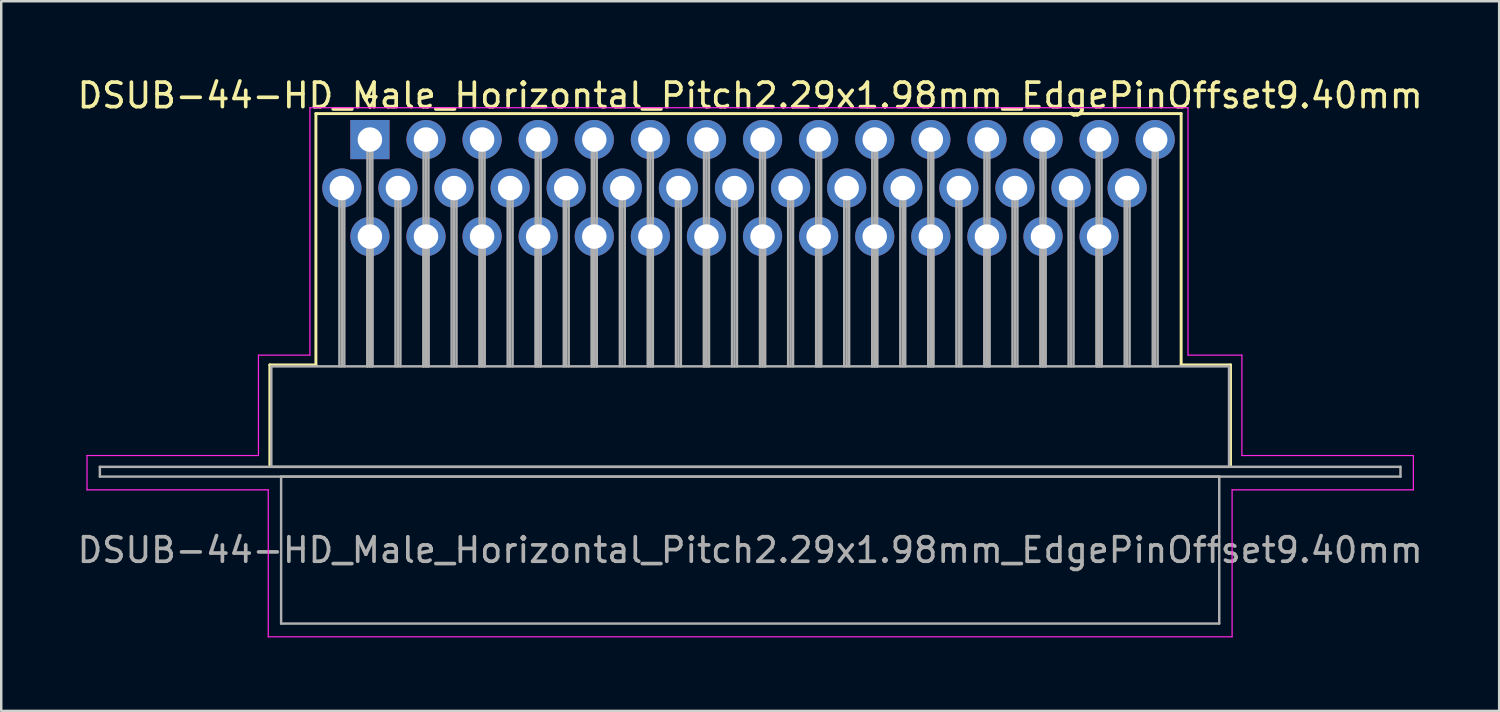
<source format=kicad_pcb>
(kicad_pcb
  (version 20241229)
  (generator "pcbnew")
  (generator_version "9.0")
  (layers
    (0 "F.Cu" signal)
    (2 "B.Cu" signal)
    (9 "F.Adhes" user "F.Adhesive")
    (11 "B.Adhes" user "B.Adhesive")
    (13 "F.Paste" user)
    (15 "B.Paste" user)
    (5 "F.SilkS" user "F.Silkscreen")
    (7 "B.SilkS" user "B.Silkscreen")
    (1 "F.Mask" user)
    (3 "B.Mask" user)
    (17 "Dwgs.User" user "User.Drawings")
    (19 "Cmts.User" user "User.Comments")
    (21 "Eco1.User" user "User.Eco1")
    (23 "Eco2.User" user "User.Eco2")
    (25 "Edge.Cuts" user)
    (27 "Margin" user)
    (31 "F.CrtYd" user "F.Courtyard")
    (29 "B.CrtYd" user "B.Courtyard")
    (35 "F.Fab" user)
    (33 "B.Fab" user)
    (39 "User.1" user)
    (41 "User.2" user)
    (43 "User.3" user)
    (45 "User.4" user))
  (footprint "DSUB-44-HD_Male_Horizontal_Pitch2.29x1.98mm_EdgePinOffset9.40mm"
    (layer "F.Cu")
    (at 12.052 2.648)
    (property "Reference" "DSUB-44-HD_Male_Horizontal_Pitch2.29x1.98mm_EdgePinOffset9.40mm" (at 15.525 -1.8 0) (layer "F.SilkS") (effects (font (size 1 1) (thickness 0.15))))
    (attr through_hole)
    (fp_line (start -4.085 9.2) (end -2.205 9.2) (stroke (width 0.12) (type solid)) (layer "F.SilkS"))
    (fp_line (start -4.085 13.3) (end -4.085 9.2) (stroke (width 0.12) (type solid)) (layer "F.SilkS"))
    (fp_line (start -2.205 -1.06) (end 33.12 -1.06) (stroke (width 0.12) (type solid)) (layer "F.SilkS"))
    (fp_line (start -2.205 9.2) (end -2.205 -1.06) (stroke (width 0.12) (type solid)) (layer "F.SilkS"))
    (fp_line (start -0.25 -1.754) (end 0.25 -1.754) (stroke (width 0.12) (type solid)) (layer "F.SilkS"))
    (fp_line (start 0 -1.321) (end -0.25 -1.754) (stroke (width 0.12) (type solid)) (layer "F.SilkS"))
    (fp_line (start 0.25 -1.754) (end 0 -1.321) (stroke (width 0.12) (type solid)) (layer "F.SilkS"))
    (fp_line (start 33.12 -1.06) (end 33.12 9.2) (stroke (width 0.12) (type solid)) (layer "F.SilkS"))
    (fp_line (start 33.12 9.2) (end 35.135 9.2) (stroke (width 0.12) (type solid)) (layer "F.SilkS"))
    (fp_line (start 35.135 9.2) (end 35.135 13.3) (stroke (width 0.12) (type solid)) (layer "F.SilkS"))
    (fp_line (start -11.55 12.9) (end -4.55 12.9) (stroke (width 0.05) (type solid)) (layer "F.CrtYd"))
    (fp_line (start -11.55 14.3) (end -11.55 12.9) (stroke (width 0.05) (type solid)) (layer "F.CrtYd"))
    (fp_line (start -4.55 8.8) (end -2.45 8.8) (stroke (width 0.05) (type solid)) (layer "F.CrtYd"))
    (fp_line (start -4.55 12.9) (end -4.55 8.8) (stroke (width 0.05) (type solid)) (layer "F.CrtYd"))
    (fp_line (start -4.15 14.3) (end -11.55 14.3) (stroke (width 0.05) (type solid)) (layer "F.CrtYd"))
    (fp_line (start -4.15 20.3) (end -4.15 14.3) (stroke (width 0.05) (type solid)) (layer "F.CrtYd"))
    (fp_line (start -2.45 -1.3) (end 33.4 -1.3) (stroke (width 0.05) (type solid)) (layer "F.CrtYd"))
    (fp_line (start -2.45 8.8) (end -2.45 -1.3) (stroke (width 0.05) (type solid)) (layer "F.CrtYd"))
    (fp_line (start 33.4 -1.3) (end 33.4 8.8) (stroke (width 0.05) (type solid)) (layer "F.CrtYd"))
    (fp_line (start 33.4 8.8) (end 35.6 8.8) (stroke (width 0.05) (type solid)) (layer "F.CrtYd"))
    (fp_line (start 35.2 14.3) (end 35.2 20.3) (stroke (width 0.05) (type solid)) (layer "F.CrtYd"))
    (fp_line (start 35.2 20.3) (end -4.15 20.3) (stroke (width 0.05) (type solid)) (layer "F.CrtYd"))
    (fp_line (start 35.6 8.8) (end 35.6 12.9) (stroke (width 0.05) (type solid)) (layer "F.CrtYd"))
    (fp_line (start 35.6 12.9) (end 42.6 12.9) (stroke (width 0.05) (type solid)) (layer "F.CrtYd"))
    (fp_line (start 42.6 12.9) (end 42.6 14.3) (stroke (width 0.05) (type solid)) (layer "F.CrtYd"))
    (fp_line (start 42.6 14.3) (end 35.2 14.3) (stroke (width 0.05) (type solid)) (layer "F.CrtYd"))
    (fp_line (start -11.025 13.36) (end -11.025 13.76) (stroke (width 0.1) (type solid)) (layer "F.Fab"))
    (fp_line (start -11.025 13.76) (end 42.075 13.76) (stroke (width 0.1) (type solid)) (layer "F.Fab"))
    (fp_line (start -4.025 9.26) (end -4.025 13.36) (stroke (width 0.1) (type solid)) (layer "F.Fab"))
    (fp_line (start -4.025 13.36) (end 35.075 13.36) (stroke (width 0.1) (type solid)) (layer "F.Fab"))
    (fp_line (start -3.625 13.76) (end -3.625 19.76) (stroke (width 0.1) (type solid)) (layer "F.Fab"))
    (fp_line (start -3.625 19.76) (end 34.675 19.76) (stroke (width 0.1) (type solid)) (layer "F.Fab"))
    (fp_line (start -1.245 1.98) (end -1.245 9.26) (stroke (width 0.1) (type solid)) (layer "F.Fab"))
    (fp_line (start -1.145 1.98) (end -1.145 9.26) (stroke (width 0.1) (type solid)) (layer "F.Fab"))
    (fp_line (start -1.045 1.98) (end -1.045 9.26) (stroke (width 0.1) (type solid)) (layer "F.Fab"))
    (fp_line (start -0.1 0) (end -0.1 9.26) (stroke (width 0.1) (type solid)) (layer "F.Fab"))
    (fp_line (start -0.1 3.96) (end -0.1 9.26) (stroke (width 0.1) (type solid)) (layer "F.Fab"))
    (fp_line (start 0 0) (end 0 9.26) (stroke (width 0.1) (type solid)) (layer "F.Fab"))
    (fp_line (start 0 3.96) (end 0 9.26) (stroke (width 0.1) (type solid)) (layer "F.Fab"))
    (fp_line (start 0.1 0) (end 0.1 9.26) (stroke (width 0.1) (type solid)) (layer "F.Fab"))
    (fp_line (start 0.1 3.96) (end 0.1 9.26) (stroke (width 0.1) (type solid)) (layer "F.Fab"))
    (fp_line (start 1.045 1.98) (end 1.045 9.26) (stroke (width 0.1) (type solid)) (layer "F.Fab"))
    (fp_line (start 1.145 1.98) (end 1.145 9.26) (stroke (width 0.1) (type solid)) (layer "F.Fab"))
    (fp_line (start 1.245 1.98) (end 1.245 9.26) (stroke (width 0.1) (type solid)) (layer "F.Fab"))
    (fp_line (start 2.19 0) (end 2.19 9.26) (stroke (width 0.1) (type solid)) (layer "F.Fab"))
    (fp_line (start 2.19 3.96) (end 2.19 9.26) (stroke (width 0.1) (type solid)) (layer "F.Fab"))
    (fp_line (start 2.29 0) (end 2.29 9.26) (stroke (width 0.1) (type solid)) (layer "F.Fab"))
    (fp_line (start 2.29 3.96) (end 2.29 9.26) (stroke (width 0.1) (type solid)) (layer "F.Fab"))
    (fp_line (start 2.39 0) (end 2.39 9.26) (stroke (width 0.1) (type solid)) (layer "F.Fab"))
    (fp_line (start 2.39 3.96) (end 2.39 9.26) (stroke (width 0.1) (type solid)) (layer "F.Fab"))
    (fp_line (start 3.335 1.98) (end 3.335 9.26) (stroke (width 0.1) (type solid)) (layer "F.Fab"))
    (fp_line (start 3.435 1.98) (end 3.435 9.26) (stroke (width 0.1) (type solid)) (layer "F.Fab"))
    (fp_line (start 3.535 1.98) (end 3.535 9.26) (stroke (width 0.1) (type solid)) (layer "F.Fab"))
    (fp_line (start 4.48 0) (end 4.48 9.26) (stroke (width 0.1) (type solid)) (layer "F.Fab"))
    (fp_line (start 4.48 3.96) (end 4.48 9.26) (stroke (width 0.1) (type solid)) (layer "F.Fab"))
    (fp_line (start 4.58 0) (end 4.58 9.26) (stroke (width 0.1) (type solid)) (layer "F.Fab"))
    (fp_line (start 4.58 3.96) (end 4.58 9.26) (stroke (width 0.1) (type solid)) (layer "F.Fab"))
    (fp_line (start 4.68 0) (end 4.68 9.26) (stroke (width 0.1) (type solid)) (layer "F.Fab"))
    (fp_line (start 4.68 3.96) (end 4.68 9.26) (stroke (width 0.1) (type solid)) (layer "F.Fab"))
    (fp_line (start 5.625 1.98) (end 5.625 9.26) (stroke (width 0.1) (type solid)) (layer "F.Fab"))
    (fp_line (start 5.725 1.98) (end 5.725 9.26) (stroke (width 0.1) (type solid)) (layer "F.Fab"))
    (fp_line (start 5.825 1.98) (end 5.825 9.26) (stroke (width 0.1) (type solid)) (layer "F.Fab"))
    (fp_line (start 6.77 0) (end 6.77 9.26) (stroke (width 0.1) (type solid)) (layer "F.Fab"))
    (fp_line (start 6.77 3.96) (end 6.77 9.26) (stroke (width 0.1) (type solid)) (layer "F.Fab"))
    (fp_line (start 6.87 0) (end 6.87 9.26) (stroke (width 0.1) (type solid)) (layer "F.Fab"))
    (fp_line (start 6.87 3.96) (end 6.87 9.26) (stroke (width 0.1) (type solid)) (layer "F.Fab"))
    (fp_line (start 6.97 0) (end 6.97 9.26) (stroke (width 0.1) (type solid)) (layer "F.Fab"))
    (fp_line (start 6.97 3.96) (end 6.97 9.26) (stroke (width 0.1) (type solid)) (layer "F.Fab"))
    (fp_line (start 7.915 1.98) (end 7.915 9.26) (stroke (width 0.1) (type solid)) (layer "F.Fab"))
    (fp_line (start 8.015 1.98) (end 8.015 9.26) (stroke (width 0.1) (type solid)) (layer "F.Fab"))
    (fp_line (start 8.115 1.98) (end 8.115 9.26) (stroke (width 0.1) (type solid)) (layer "F.Fab"))
    (fp_line (start 9.06 0) (end 9.06 9.26) (stroke (width 0.1) (type solid)) (layer "F.Fab"))
    (fp_line (start 9.06 3.96) (end 9.06 9.26) (stroke (width 0.1) (type solid)) (layer "F.Fab"))
    (fp_line (start 9.16 0) (end 9.16 9.26) (stroke (width 0.1) (type solid)) (layer "F.Fab"))
    (fp_line (start 9.16 3.96) (end 9.16 9.26) (stroke (width 0.1) (type solid)) (layer "F.Fab"))
    (fp_line (start 9.26 0) (end 9.26 9.26) (stroke (width 0.1) (type solid)) (layer "F.Fab"))
    (fp_line (start 9.26 3.96) (end 9.26 9.26) (stroke (width 0.1) (type solid)) (layer "F.Fab"))
    (fp_line (start 10.205 1.98) (end 10.205 9.26) (stroke (width 0.1) (type solid)) (layer "F.Fab"))
    (fp_line (start 10.305 1.98) (end 10.305 9.26) (stroke (width 0.1) (type solid)) (layer "F.Fab"))
    (fp_line (start 10.405 1.98) (end 10.405 9.26) (stroke (width 0.1) (type solid)) (layer "F.Fab"))
    (fp_line (start 11.35 0) (end 11.35 9.26) (stroke (width 0.1) (type solid)) (layer "F.Fab"))
    (fp_line (start 11.35 3.96) (end 11.35 9.26) (stroke (width 0.1) (type solid)) (layer "F.Fab"))
    (fp_line (start 11.45 0) (end 11.45 9.26) (stroke (width 0.1) (type solid)) (layer "F.Fab"))
    (fp_line (start 11.45 3.96) (end 11.45 9.26) (stroke (width 0.1) (type solid)) (layer "F.Fab"))
    (fp_line (start 11.55 0) (end 11.55 9.26) (stroke (width 0.1) (type solid)) (layer "F.Fab"))
    (fp_line (start 11.55 3.96) (end 11.55 9.26) (stroke (width 0.1) (type solid)) (layer "F.Fab"))
    (fp_line (start 12.495 1.98) (end 12.495 9.26) (stroke (width 0.1) (type solid)) (layer "F.Fab"))
    (fp_line (start 12.595 1.98) (end 12.595 9.26) (stroke (width 0.1) (type solid)) (layer "F.Fab"))
    (fp_line (start 12.695 1.98) (end 12.695 9.26) (stroke (width 0.1) (type solid)) (layer "F.Fab"))
    (fp_line (start 13.64 0) (end 13.64 9.26) (stroke (width 0.1) (type solid)) (layer "F.Fab"))
    (fp_line (start 13.64 3.96) (end 13.64 9.26) (stroke (width 0.1) (type solid)) (layer "F.Fab"))
    (fp_line (start 13.74 0) (end 13.74 9.26) (stroke (width 0.1) (type solid)) (layer "F.Fab"))
    (fp_line (start 13.74 3.96) (end 13.74 9.26) (stroke (width 0.1) (type solid)) (layer "F.Fab"))
    (fp_line (start 13.84 0) (end 13.84 9.26) (stroke (width 0.1) (type solid)) (layer "F.Fab"))
    (fp_line (start 13.84 3.96) (end 13.84 9.26) (stroke (width 0.1) (type solid)) (layer "F.Fab"))
    (fp_line (start 14.785 1.98) (end 14.785 9.26) (stroke (width 0.1) (type solid)) (layer "F.Fab"))
    (fp_line (start 14.885 1.98) (end 14.885 9.26) (stroke (width 0.1) (type solid)) (layer "F.Fab"))
    (fp_line (start 14.985 1.98) (end 14.985 9.26) (stroke (width 0.1) (type solid)) (layer "F.Fab"))
    (fp_line (start 15.93 0) (end 15.93 9.26) (stroke (width 0.1) (type solid)) (layer "F.Fab"))
    (fp_line (start 15.93 3.96) (end 15.93 9.26) (stroke (width 0.1) (type solid)) (layer "F.Fab"))
    (fp_line (start 16.03 0) (end 16.03 9.26) (stroke (width 0.1) (type solid)) (layer "F.Fab"))
    (fp_line (start 16.03 3.96) (end 16.03 9.26) (stroke (width 0.1) (type solid)) (layer "F.Fab"))
    (fp_line (start 16.13 0) (end 16.13 9.26) (stroke (width 0.1) (type solid)) (layer "F.Fab"))
    (fp_line (start 16.13 3.96) (end 16.13 9.26) (stroke (width 0.1) (type solid)) (layer "F.Fab"))
    (fp_line (start 17.075 1.98) (end 17.075 9.26) (stroke (width 0.1) (type solid)) (layer "F.Fab"))
    (fp_line (start 17.175 1.98) (end 17.175 9.26) (stroke (width 0.1) (type solid)) (layer "F.Fab"))
    (fp_line (start 17.275 1.98) (end 17.275 9.26) (stroke (width 0.1) (type solid)) (layer "F.Fab"))
    (fp_line (start 18.22 0) (end 18.22 9.26) (stroke (width 0.1) (type solid)) (layer "F.Fab"))
    (fp_line (start 18.22 3.96) (end 18.22 9.26) (stroke (width 0.1) (type solid)) (layer "F.Fab"))
    (fp_line (start 18.32 0) (end 18.32 9.26) (stroke (width 0.1) (type solid)) (layer "F.Fab"))
    (fp_line (start 18.32 3.96) (end 18.32 9.26) (stroke (width 0.1) (type solid)) (layer "F.Fab"))
    (fp_line (start 18.42 0) (end 18.42 9.26) (stroke (width 0.1) (type solid)) (layer "F.Fab"))
    (fp_line (start 18.42 3.96) (end 18.42 9.26) (stroke (width 0.1) (type solid)) (layer "F.Fab"))
    (fp_line (start 19.365 1.98) (end 19.365 9.26) (stroke (width 0.1) (type solid)) (layer "F.Fab"))
    (fp_line (start 19.465 1.98) (end 19.465 9.26) (stroke (width 0.1) (type solid)) (layer "F.Fab"))
    (fp_line (start 19.565 1.98) (end 19.565 9.26) (stroke (width 0.1) (type solid)) (layer "F.Fab"))
    (fp_line (start 20.51 0) (end 20.51 9.26) (stroke (width 0.1) (type solid)) (layer "F.Fab"))
    (fp_line (start 20.51 3.96) (end 20.51 9.26) (stroke (width 0.1) (type solid)) (layer "F.Fab"))
    (fp_line (start 20.61 0) (end 20.61 9.26) (stroke (width 0.1) (type solid)) (layer "F.Fab"))
    (fp_line (start 20.61 3.96) (end 20.61 9.26) (stroke (width 0.1) (type solid)) (layer "F.Fab"))
    (fp_line (start 20.71 0) (end 20.71 9.26) (stroke (width 0.1) (type solid)) (layer "F.Fab"))
    (fp_line (start 20.71 3.96) (end 20.71 9.26) (stroke (width 0.1) (type solid)) (layer "F.Fab"))
    (fp_line (start 21.655 1.98) (end 21.655 9.26) (stroke (width 0.1) (type solid)) (layer "F.Fab"))
    (fp_line (start 21.755 1.98) (end 21.755 9.26) (stroke (width 0.1) (type solid)) (layer "F.Fab"))
    (fp_line (start 21.855 1.98) (end 21.855 9.26) (stroke (width 0.1) (type solid)) (layer "F.Fab"))
    (fp_line (start 22.8 0) (end 22.8 9.26) (stroke (width 0.1) (type solid)) (layer "F.Fab"))
    (fp_line (start 22.8 3.96) (end 22.8 9.26) (stroke (width 0.1) (type solid)) (layer "F.Fab"))
    (fp_line (start 22.9 0) (end 22.9 9.26) (stroke (width 0.1) (type solid)) (layer "F.Fab"))
    (fp_line (start 22.9 3.96) (end 22.9 9.26) (stroke (width 0.1) (type solid)) (layer "F.Fab"))
    (fp_line (start 23 0) (end 23 9.26) (stroke (width 0.1) (type solid)) (layer "F.Fab"))
    (fp_line (start 23 3.96) (end 23 9.26) (stroke (width 0.1) (type solid)) (layer "F.Fab"))
    (fp_line (start 23.945 1.98) (end 23.945 9.26) (stroke (width 0.1) (type solid)) (layer "F.Fab"))
    (fp_line (start 24.045 1.98) (end 24.045 9.26) (stroke (width 0.1) (type solid)) (layer "F.Fab"))
    (fp_line (start 24.145 1.98) (end 24.145 9.26) (stroke (width 0.1) (type solid)) (layer "F.Fab"))
    (fp_line (start 25.09 0) (end 25.09 9.26) (stroke (width 0.1) (type solid)) (layer "F.Fab"))
    (fp_line (start 25.09 3.96) (end 25.09 9.26) (stroke (width 0.1) (type solid)) (layer "F.Fab"))
    (fp_line (start 25.19 0) (end 25.19 9.26) (stroke (width 0.1) (type solid)) (layer "F.Fab"))
    (fp_line (start 25.19 3.96) (end 25.19 9.26) (stroke (width 0.1) (type solid)) (layer "F.Fab"))
    (fp_line (start 25.29 0) (end 25.29 9.26) (stroke (width 0.1) (type solid)) (layer "F.Fab"))
    (fp_line (start 25.29 3.96) (end 25.29 9.26) (stroke (width 0.1) (type solid)) (layer "F.Fab"))
    (fp_line (start 26.235 1.98) (end 26.235 9.26) (stroke (width 0.1) (type solid)) (layer "F.Fab"))
    (fp_line (start 26.335 1.98) (end 26.335 9.26) (stroke (width 0.1) (type solid)) (layer "F.Fab"))
    (fp_line (start 26.435 1.98) (end 26.435 9.26) (stroke (width 0.1) (type solid)) (layer "F.Fab"))
    (fp_line (start 27.38 0) (end 27.38 9.26) (stroke (width 0.1) (type solid)) (layer "F.Fab"))
    (fp_line (start 27.38 3.96) (end 27.38 9.26) (stroke (width 0.1) (type solid)) (layer "F.Fab"))
    (fp_line (start 27.48 0) (end 27.48 9.26) (stroke (width 0.1) (type solid)) (layer "F.Fab"))
    (fp_line (start 27.48 3.96) (end 27.48 9.26) (stroke (width 0.1) (type solid)) (layer "F.Fab"))
    (fp_line (start 27.58 0) (end 27.58 9.26) (stroke (width 0.1) (type solid)) (layer "F.Fab"))
    (fp_line (start 27.58 3.96) (end 27.58 9.26) (stroke (width 0.1) (type solid)) (layer "F.Fab"))
    (fp_line (start 28.525 1.98) (end 28.525 9.26) (stroke (width 0.1) (type solid)) (layer "F.Fab"))
    (fp_line (start 28.625 1.98) (end 28.625 9.26) (stroke (width 0.1) (type solid)) (layer "F.Fab"))
    (fp_line (start 28.725 1.98) (end 28.725 9.26) (stroke (width 0.1) (type solid)) (layer "F.Fab"))
    (fp_line (start 29.67 0) (end 29.67 9.26) (stroke (width 0.1) (type solid)) (layer "F.Fab"))
    (fp_line (start 29.67 3.96) (end 29.67 9.26) (stroke (width 0.1) (type solid)) (layer "F.Fab"))
    (fp_line (start 29.77 0) (end 29.77 9.26) (stroke (width 0.1) (type solid)) (layer "F.Fab"))
    (fp_line (start 29.77 3.96) (end 29.77 9.26) (stroke (width 0.1) (type solid)) (layer "F.Fab"))
    (fp_line (start 29.87 0) (end 29.87 9.26) (stroke (width 0.1) (type solid)) (layer "F.Fab"))
    (fp_line (start 29.87 3.96) (end 29.87 9.26) (stroke (width 0.1) (type solid)) (layer "F.Fab"))
    (fp_line (start 30.815 1.98) (end 30.815 9.26) (stroke (width 0.1) (type solid)) (layer "F.Fab"))
    (fp_line (start 30.915 1.98) (end 30.915 9.26) (stroke (width 0.1) (type solid)) (layer "F.Fab"))
    (fp_line (start 31.015 1.98) (end 31.015 9.26) (stroke (width 0.1) (type solid)) (layer "F.Fab"))
    (fp_line (start 31.96 0) (end 31.96 9.26) (stroke (width 0.1) (type solid)) (layer "F.Fab"))
    (fp_line (start 32.06 0) (end 32.06 9.26) (stroke (width 0.1) (type solid)) (layer "F.Fab"))
    (fp_line (start 32.16 0) (end 32.16 9.26) (stroke (width 0.1) (type solid)) (layer "F.Fab"))
    (fp_line (start 34.675 13.76) (end -3.625 13.76) (stroke (width 0.1) (type solid)) (layer "F.Fab"))
    (fp_line (start 34.675 19.76) (end 34.675 13.76) (stroke (width 0.1) (type solid)) (layer "F.Fab"))
    (fp_line (start 35.075 9.26) (end -4.025 9.26) (stroke (width 0.1) (type solid)) (layer "F.Fab"))
    (fp_line (start 35.075 13.36) (end 35.075 9.26) (stroke (width 0.1) (type solid)) (layer "F.Fab"))
    (fp_line (start 42.075 13.36) (end -11.025 13.36) (stroke (width 0.1) (type solid)) (layer "F.Fab"))
    (fp_line (start 42.075 13.76) (end 42.075 13.36) (stroke (width 0.1) (type solid)) (layer "F.Fab"))
    (fp_text user "${REFERENCE}" (at 15.525 16.76 0) (layer "F.Fab") (effects (font (size 1 1) (thickness 0.15))))
    (pad "1" thru_hole rect (at 0 0) (size 1.6 1.6) (drill 1) (layers "*.Cu" "*.Mask"))
    (pad "2" thru_hole circle (at 2.29 0) (size 1.6 1.6) (drill 1) (layers "*.Cu" "*.Mask"))
    (pad "3" thru_hole circle (at 4.58 0) (size 1.6 1.6) (drill 1) (layers "*.Cu" "*.Mask"))
    (pad "4" thru_hole circle (at 6.87 0) (size 1.6 1.6) (drill 1) (layers "*.Cu" "*.Mask"))
    (pad "5" thru_hole circle (at 9.16 0) (size 1.6 1.6) (drill 1) (layers "*.Cu" "*.Mask"))
    (pad "6" thru_hole circle (at 11.45 0) (size 1.6 1.6) (drill 1) (layers "*.Cu" "*.Mask"))
    (pad "7" thru_hole circle (at 13.74 0) (size 1.6 1.6) (drill 1) (layers "*.Cu" "*.Mask"))
    (pad "8" thru_hole circle (at 16.03 0) (size 1.6 1.6) (drill 1) (layers "*.Cu" "*.Mask"))
    (pad "9" thru_hole circle (at 18.32 0) (size 1.6 1.6) (drill 1) (layers "*.Cu" "*.Mask"))
    (pad "10" thru_hole circle (at 20.61 0) (size 1.6 1.6) (drill 1) (layers "*.Cu" "*.Mask"))
    (pad "11" thru_hole circle (at 22.9 0) (size 1.6 1.6) (drill 1) (layers "*.Cu" "*.Mask"))
    (pad "12" thru_hole circle (at 25.19 0) (size 1.6 1.6) (drill 1) (layers "*.Cu" "*.Mask"))
    (pad "13" thru_hole circle (at 27.48 0) (size 1.6 1.6) (drill 1) (layers "*.Cu" "*.Mask"))
    (pad "14" thru_hole circle (at 29.77 0) (size 1.6 1.6) (drill 1) (layers "*.Cu" "*.Mask"))
    (pad "15" thru_hole circle (at 32.06 0) (size 1.6 1.6) (drill 1) (layers "*.Cu" "*.Mask"))
    (pad "16" thru_hole circle (at -1.145 1.98) (size 1.6 1.6) (drill 1) (layers "*.Cu" "*.Mask"))
    (pad "17" thru_hole circle (at 1.145 1.98) (size 1.6 1.6) (drill 1) (layers "*.Cu" "*.Mask"))
    (pad "18" thru_hole circle (at 3.435 1.98) (size 1.6 1.6) (drill 1) (layers "*.Cu" "*.Mask"))
    (pad "19" thru_hole circle (at 5.725 1.98) (size 1.6 1.6) (drill 1) (layers "*.Cu" "*.Mask"))
    (pad "20" thru_hole circle (at 8.015 1.98) (size 1.6 1.6) (drill 1) (layers "*.Cu" "*.Mask"))
    (pad "21" thru_hole circle (at 10.305 1.98) (size 1.6 1.6) (drill 1) (layers "*.Cu" "*.Mask"))
    (pad "22" thru_hole circle (at 12.595 1.98) (size 1.6 1.6) (drill 1) (layers "*.Cu" "*.Mask"))
    (pad "23" thru_hole circle (at 14.885 1.98) (size 1.6 1.6) (drill 1) (layers "*.Cu" "*.Mask"))
    (pad "24" thru_hole circle (at 17.175 1.98) (size 1.6 1.6) (drill 1) (layers "*.Cu" "*.Mask"))
    (pad "25" thru_hole circle (at 19.465 1.98) (size 1.6 1.6) (drill 1) (layers "*.Cu" "*.Mask"))
    (pad "26" thru_hole circle (at 21.755 1.98) (size 1.6 1.6) (drill 1) (layers "*.Cu" "*.Mask"))
    (pad "27" thru_hole circle (at 24.045 1.98) (size 1.6 1.6) (drill 1) (layers "*.Cu" "*.Mask"))
    (pad "28" thru_hole circle (at 26.335 1.98) (size 1.6 1.6) (drill 1) (layers "*.Cu" "*.Mask"))
    (pad "29" thru_hole circle (at 28.625 1.98) (size 1.6 1.6) (drill 1) (layers "*.Cu" "*.Mask"))
    (pad "30" thru_hole circle (at 30.915 1.98) (size 1.6 1.6) (drill 1) (layers "*.Cu" "*.Mask"))
    (pad "31" thru_hole circle (at 0 3.96) (size 1.6 1.6) (drill 1) (layers "*.Cu" "*.Mask"))
    (pad "32" thru_hole circle (at 2.29 3.96) (size 1.6 1.6) (drill 1) (layers "*.Cu" "*.Mask"))
    (pad "33" thru_hole circle (at 4.58 3.96) (size 1.6 1.6) (drill 1) (layers "*.Cu" "*.Mask"))
    (pad "34" thru_hole circle (at 6.87 3.96) (size 1.6 1.6) (drill 1) (layers "*.Cu" "*.Mask"))
    (pad "35" thru_hole circle (at 9.16 3.96) (size 1.6 1.6) (drill 1) (layers "*.Cu" "*.Mask"))
    (pad "36" thru_hole circle (at 11.45 3.96) (size 1.6 1.6) (drill 1) (layers "*.Cu" "*.Mask"))
    (pad "37" thru_hole circle (at 13.74 3.96) (size 1.6 1.6) (drill 1) (layers "*.Cu" "*.Mask"))
    (pad "38" thru_hole circle (at 16.03 3.96) (size 1.6 1.6) (drill 1) (layers "*.Cu" "*.Mask"))
    (pad "39" thru_hole circle (at 18.32 3.96) (size 1.6 1.6) (drill 1) (layers "*.Cu" "*.Mask"))
    (pad "40" thru_hole circle (at 20.61 3.96) (size 1.6 1.6) (drill 1) (layers "*.Cu" "*.Mask"))
    (pad "41" thru_hole circle (at 22.9 3.96) (size 1.6 1.6) (drill 1) (layers "*.Cu" "*.Mask"))
    (pad "42" thru_hole circle (at 25.19 3.96) (size 1.6 1.6) (drill 1) (layers "*.Cu" "*.Mask"))
    (pad "43" thru_hole circle (at 27.48 3.96) (size 1.6 1.6) (drill 1) (layers "*.Cu" "*.Mask"))
    (pad "44" thru_hole circle (at 29.77 3.96) (size 1.6 1.6) (drill 1) (layers "*.Cu" "*.Mask")))
  (gr_rect
    (start -3 -3)
    (end 58.155 25.973)
    (stroke (width 0.1) (type default))
    (fill no)
    (layer "Edge.Cuts")))
</source>
